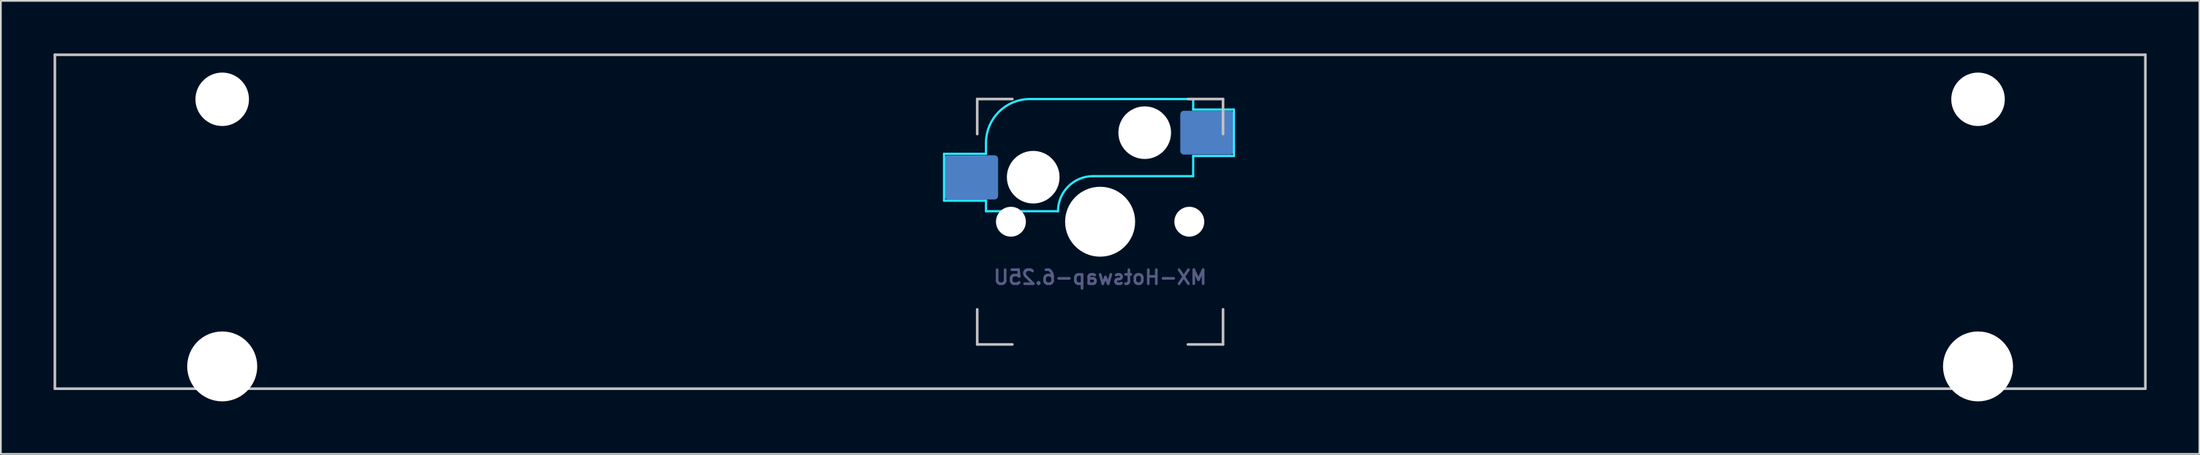
<source format=kicad_pcb>
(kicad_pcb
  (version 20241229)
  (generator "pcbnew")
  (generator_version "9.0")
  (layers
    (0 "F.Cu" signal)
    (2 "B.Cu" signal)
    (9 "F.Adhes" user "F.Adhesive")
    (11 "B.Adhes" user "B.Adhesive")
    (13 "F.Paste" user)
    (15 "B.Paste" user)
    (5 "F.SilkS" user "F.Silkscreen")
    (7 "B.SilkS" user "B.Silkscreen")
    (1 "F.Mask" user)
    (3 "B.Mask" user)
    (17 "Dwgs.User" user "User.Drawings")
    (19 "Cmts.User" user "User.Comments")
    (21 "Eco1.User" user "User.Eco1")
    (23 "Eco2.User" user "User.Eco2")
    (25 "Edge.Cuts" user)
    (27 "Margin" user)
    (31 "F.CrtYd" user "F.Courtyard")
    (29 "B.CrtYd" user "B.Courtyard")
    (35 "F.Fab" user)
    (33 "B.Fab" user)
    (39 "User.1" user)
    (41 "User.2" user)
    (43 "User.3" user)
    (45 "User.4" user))
  (footprint "MX-Hotswap-6.25U"
    (layer "F.Cu")
    (at 59.606 9.6)
    (property "Reference" "MX-Hotswap-6.25U" (at 0 3.175 0) (layer "B.Fab") (effects (font (size 0.8 0.8) (thickness 0.15)) (justify mirror)))
    (attr smd)
    (fp_line (start -59.531 9.525) (end -59.531 -9.525) (stroke (width 0.15) (type solid)) (layer "Dwgs.User"))
    (fp_line (start -7 -7) (end -7 -5) (stroke (width 0.15) (type solid)) (layer "Dwgs.User"))
    (fp_line (start -7 5) (end -7 7) (stroke (width 0.15) (type solid)) (layer "Dwgs.User"))
    (fp_line (start -7 7) (end -5 7) (stroke (width 0.15) (type solid)) (layer "Dwgs.User"))
    (fp_line (start -5 -7) (end -7 -7) (stroke (width 0.15) (type solid)) (layer "Dwgs.User"))
    (fp_line (start 5 -7) (end 7 -7) (stroke (width 0.15) (type solid)) (layer "Dwgs.User"))
    (fp_line (start 5 7) (end 7 7) (stroke (width 0.15) (type solid)) (layer "Dwgs.User"))
    (fp_line (start 7 -7) (end 7 -5) (stroke (width 0.15) (type solid)) (layer "Dwgs.User"))
    (fp_line (start 7 7) (end 7 5) (stroke (width 0.15) (type solid)) (layer "Dwgs.User"))
    (fp_line (start 59.531 -9.525) (end -59.531 -9.525) (stroke (width 0.15) (type solid)) (layer "Dwgs.User"))
    (fp_line (start 59.531 9.525) (end -59.531 9.525) (stroke (width 0.15) (type solid)) (layer "Dwgs.User"))
    (fp_line (start 59.531 9.525) (end 59.531 -9.525) (stroke (width 0.15) (type solid)) (layer "Dwgs.User"))
    (fp_line (start -8.89 -3.875) (end -8.89 -1.2) (stroke (width 0.127) (type solid)) (layer "B.CrtYd"))
    (fp_line (start -8.89 -1.2) (end -6.5 -1.2) (stroke (width 0.127) (type solid)) (layer "B.CrtYd"))
    (fp_line (start -6.5 -4.5) (end -6.5 -3.875) (stroke (width 0.127) (type solid)) (layer "B.CrtYd"))
    (fp_line (start -6.5 -3.875) (end -8.89 -3.875) (stroke (width 0.127) (type solid)) (layer "B.CrtYd"))
    (fp_line (start -6.5 -0.6) (end -6.5 -1.2) (stroke (width 0.127) (type solid)) (layer "B.CrtYd"))
    (fp_line (start -6.5 -0.6) (end -2.4 -0.6) (stroke (width 0.127) (type solid)) (layer "B.CrtYd"))
    (fp_line (start -0.4 -2.6) (end 5.3 -2.6) (stroke (width 0.127) (type solid)) (layer "B.CrtYd"))
    (fp_line (start 5.3 -7) (end -4 -7) (stroke (width 0.127) (type solid)) (layer "B.CrtYd"))
    (fp_line (start 5.3 -7) (end 5.3 -6.4) (stroke (width 0.127) (type solid)) (layer "B.CrtYd"))
    (fp_line (start 5.3 -6.4) (end 7.62 -6.4) (stroke (width 0.127) (type solid)) (layer "B.CrtYd"))
    (fp_line (start 5.3 -2.6) (end 5.3 -3.75) (stroke (width 0.127) (type solid)) (layer "B.CrtYd"))
    (fp_line (start 7.62 -6.4) (end 7.62 -3.75) (stroke (width 0.127) (type solid)) (layer "B.CrtYd"))
    (fp_line (start 7.62 -3.75) (end 5.3 -3.75) (stroke (width 0.127) (type solid)) (layer "B.CrtYd"))
    (fp_arc (start -6.5 -4.5) (mid -5.767767 -6.267767) (end -4 -7) (stroke (width 0.127) (type solid)) (layer "B.CrtYd"))
    (fp_arc (start -2.4 -0.6) (mid -1.814214 -2.014214) (end -0.4 -2.6) (stroke (width 0.127) (type solid)) (layer "B.CrtYd"))
    (pad "" np_thru_hole circle (at -50 -6.985) (size 3.048 3.048) (drill 3.048) (layers "*.Cu" "*.Mask"))
    (pad "" np_thru_hole circle (at -50 8.255) (size 3.988 3.988) (drill 3.988) (layers "*.Cu" "*.Mask"))
    (pad "" np_thru_hole circle (at -5.08 0 48.099) (size 1.702 1.702) (drill 1.702) (layers "*.Cu" "*.Mask"))
    (pad "" np_thru_hole circle (at -3.81 -2.54) (size 3 3) (drill 3) (layers "*.Cu" "*.Mask"))
    (pad "" np_thru_hole circle (at 0 0) (size 3.988 3.988) (drill 3.988) (layers "*.Cu" "*.Mask"))
    (pad "" np_thru_hole circle (at 2.54 -5.08) (size 3 3) (drill 3) (layers "*.Cu" "*.Mask"))
    (pad "" np_thru_hole circle (at 5.08 0 48.099) (size 1.702 1.702) (drill 1.702) (layers "*.Cu" "*.Mask"))
    (pad "" np_thru_hole circle (at 50 -6.985) (size 3.048 3.048) (drill 3.048) (layers "*.Cu" "*.Mask"))
    (pad "" np_thru_hole circle (at 50 8.255) (size 3.988 3.988) (drill 3.988) (layers "*.Cu" "*.Mask"))
    (pad "1" smd roundrect (at -7.35 -2.53) (size 3.08 2.52) (layers "B.Cu" "B.Mask" "B.Paste") (roundrect_rratio 0.08))
    (pad "2" smd roundrect (at 6.093 -5.08) (size 3.053 2.5) (layers "B.Cu" "B.Mask" "B.Paste") (roundrect_rratio 0.08)))
  (gr_rect
    (start -3 -3)
    (end 122.213 22.849)
    (stroke (width 0.1) (type default))
    (fill no)
    (layer "Edge.Cuts")))
</source>
